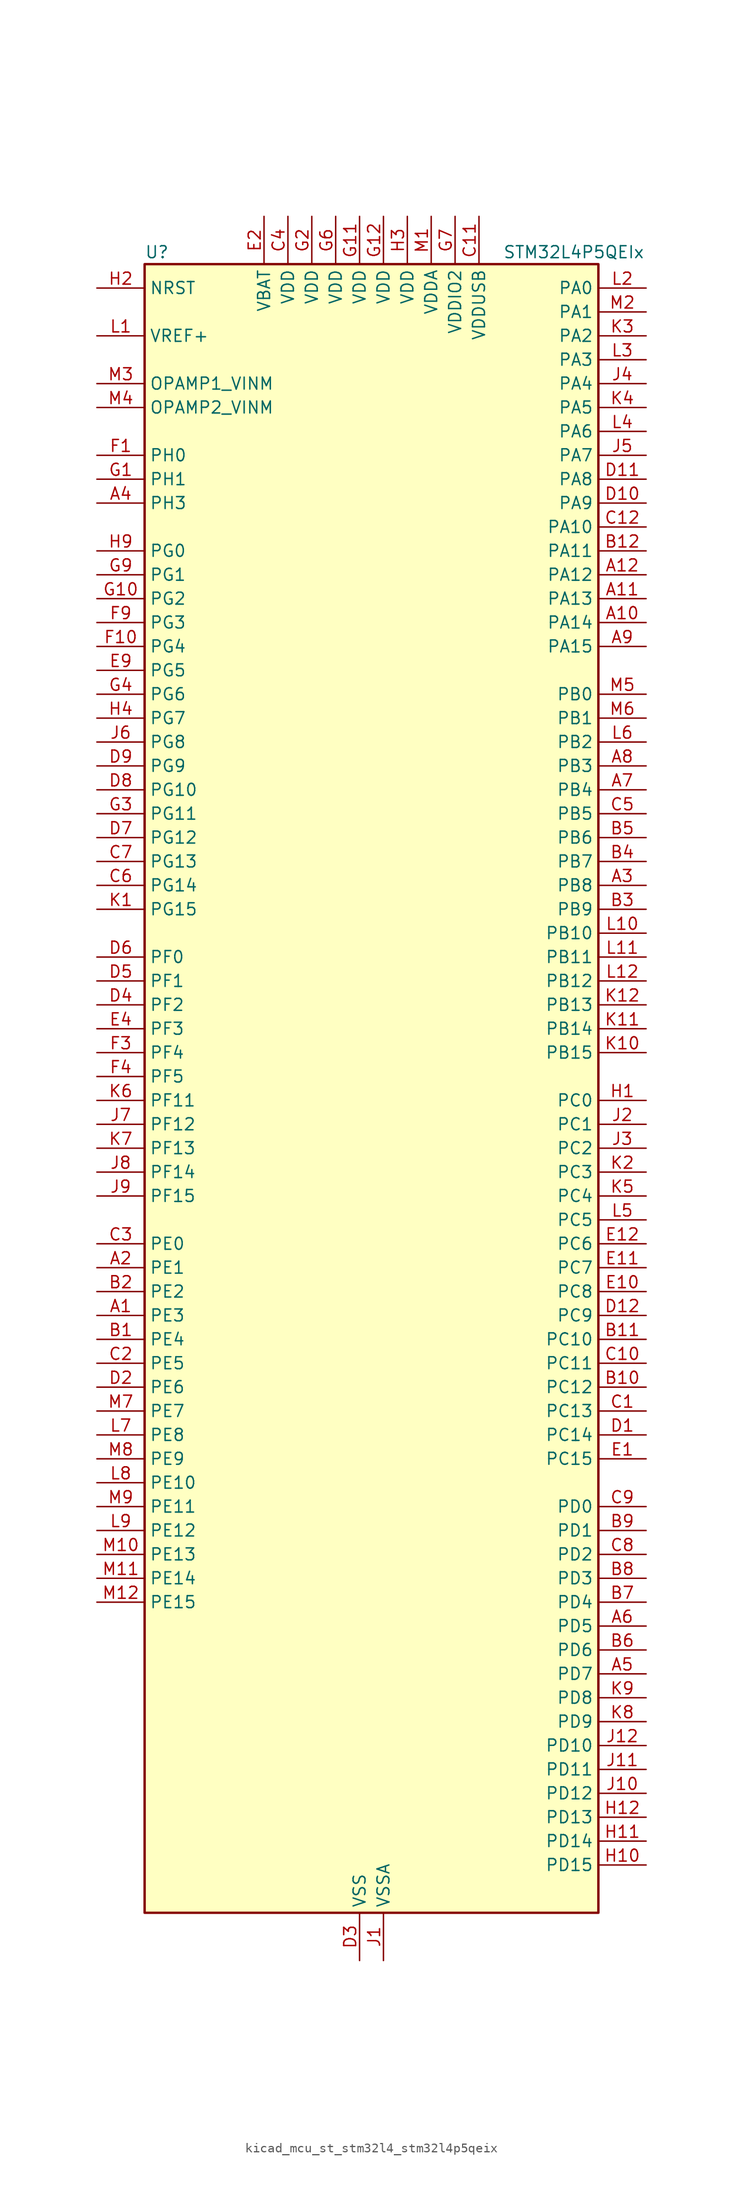
<source format=kicad_sym>
(kicad_symbol_lib
  (version 20220914)
  (generator kicad_symbol_editor)
  (symbol "kicad_mcu_st_stm32l4_stm32l4p5qeix"
    (property "Reference" "U"
      (at -22.86 90.17 0)
      (effects (font (size 1.27 1.27)) (justify left)))
    (property "Value" "STM32L4P5QEIx"
      (at 15.24 90.17 0)
      (effects (font (size 1.27 1.27)) (justify left)))
    (property "ki_locked" ""
      (at 0 0 0)
      (effects (font (size 1.27 1.27))))
    (symbol "kicad_mcu_st_stm32l4_stm32l4p5qeix_0_1"
      (rectangle (start -22.86 -86.36) (end 25.4 88.9) (stroke (width 0.254) (type default)) (fill (type background))))
    (symbol "kicad_mcu_st_stm32l4_stm32l4p5qeix_1_1"
      (pin bidirectional line (at -27.94 -22.86 0) (length 5.08) (name "PE3" (effects (font (size 1.27 1.27)))) (number "A1" (effects (font (size 1.27 1.27)))) (alternate "FMC_A19" bidirectional line) (alternate "LTDC_R6" bidirectional line) (alternate "OCTOSPIM_P1_DQS" bidirectional line) (alternate "SAI1_SD_B" bidirectional line) (alternate "SYS_TRACED0" bidirectional line) (alternate "TIM3_CH1" bidirectional line) (alternate "TSC_G7_IO2" bidirectional line))
      (pin bidirectional line (at 30.48 50.8 180) (length 5.08) (name "PA14" (effects (font (size 1.27 1.27)))) (number "A10" (effects (font (size 1.27 1.27)))) (alternate "I2C1_SMBA" bidirectional line) (alternate "I2C4_SMBA" bidirectional line) (alternate "LPTIM1_OUT" bidirectional line) (alternate "SAI1_FS_B" bidirectional line) (alternate "SYS_JTCK-SWCLK" bidirectional line) (alternate "USB_OTG_FS_SOF" bidirectional line))
      (pin bidirectional line (at 30.48 53.34 180) (length 5.08) (name "PA13" (effects (font (size 1.27 1.27)))) (number "A11" (effects (font (size 1.27 1.27)))) (alternate "IR_OUT" bidirectional line) (alternate "SAI1_SD_B" bidirectional line) (alternate "SYS_JTMS-SWDIO" bidirectional line) (alternate "USB_OTG_FS_NOE" bidirectional line))
      (pin bidirectional line (at 30.48 55.88 180) (length 5.08) (name "PA12" (effects (font (size 1.27 1.27)))) (number "A12" (effects (font (size 1.27 1.27)))) (alternate "CAN1_TX" bidirectional line) (alternate "LTDC_VSYNC" bidirectional line) (alternate "OCTOSPIM_P2_NCS" bidirectional line) (alternate "SPI1_MOSI" bidirectional line) (alternate "TIM1_ETR" bidirectional line) (alternate "USART1_DE" bidirectional line) (alternate "USART1_RTS" bidirectional line) (alternate "USB_OTG_FS_DP" bidirectional line))
      (pin bidirectional line (at -27.94 -17.78 0) (length 5.08) (name "PE1" (effects (font (size 1.27 1.27)))) (number "A2" (effects (font (size 1.27 1.27)))) (alternate "DCMI_D3" bidirectional line) (alternate "FMC_NBL1" bidirectional line) (alternate "LTDC_VSYNC" bidirectional line) (alternate "PSSI_D3" bidirectional line) (alternate "TIM17_CH1" bidirectional line))
      (pin bidirectional line (at 30.48 22.86 180) (length 5.08) (name "PB8" (effects (font (size 1.27 1.27)))) (number "A3" (effects (font (size 1.27 1.27)))) (alternate "CAN1_RX" bidirectional line) (alternate "DCMI_D6" bidirectional line) (alternate "DFSDM1_CKOUT" bidirectional line) (alternate "I2C1_SCL" bidirectional line) (alternate "LTDC_DE" bidirectional line) (alternate "PSSI_D6" bidirectional line) (alternate "SAI1_CK1" bidirectional line) (alternate "SAI1_MCLK_A" bidirectional line) (alternate "SDMMC1_CKIN" bidirectional line) (alternate "SDMMC1_D4" bidirectional line) (alternate "SDMMC2_D4" bidirectional line) (alternate "TIM16_CH1" bidirectional line) (alternate "TIM4_CH3" bidirectional line))
      (pin bidirectional line (at -27.94 63.5 0) (length 5.08) (name "PH3" (effects (font (size 1.27 1.27)))) (number "A4" (effects (font (size 1.27 1.27)))))
      (pin bidirectional line (at 30.48 -60.96 180) (length 5.08) (name "PD7" (effects (font (size 1.27 1.27)))) (number "A5" (effects (font (size 1.27 1.27)))) (alternate "DFSDM1_CKIN1" bidirectional line) (alternate "FMC_NCE" bidirectional line) (alternate "FMC_NE1" bidirectional line) (alternate "OCTOSPIM_P1_IO7" bidirectional line) (alternate "SDMMC2_CMD" bidirectional line) (alternate "USART2_CK" bidirectional line))
      (pin bidirectional line (at 30.48 -55.88 180) (length 5.08) (name "PD5" (effects (font (size 1.27 1.27)))) (number "A6" (effects (font (size 1.27 1.27)))) (alternate "FMC_NWE" bidirectional line) (alternate "OCTOSPIM_P1_IO5" bidirectional line) (alternate "USART2_TX" bidirectional line))
      (pin bidirectional line (at 30.48 33.02 180) (length 5.08) (name "PB4" (effects (font (size 1.27 1.27)))) (number "A7" (effects (font (size 1.27 1.27)))) (alternate "COMP2_INP" bidirectional line) (alternate "DCMI_D12" bidirectional line) (alternate "I2C3_SDA" bidirectional line) (alternate "OCTOSPIM_P1_IO5" bidirectional line) (alternate "PSSI_D12" bidirectional line) (alternate "SAI1_MCLK_B" bidirectional line) (alternate "SDMMC2_D3" bidirectional line) (alternate "SPI1_MISO" bidirectional line) (alternate "SPI3_MISO" bidirectional line) (alternate "SYS_JTRST" bidirectional line) (alternate "TIM17_BKIN" bidirectional line) (alternate "TIM3_CH1" bidirectional line) (alternate "TSC_G2_IO1" bidirectional line) (alternate "UART5_DE" bidirectional line) (alternate "UART5_RTS" bidirectional line) (alternate "USART1_CTS" bidirectional line) (alternate "USART1_NSS" bidirectional line))
      (pin bidirectional line (at 30.48 35.56 180) (length 5.08) (name "PB3" (effects (font (size 1.27 1.27)))) (number "A8" (effects (font (size 1.27 1.27)))) (alternate "COMP2_INM" bidirectional line) (alternate "CRS_SYNC" bidirectional line) (alternate "OCTOSPIM_P1_IO4" bidirectional line) (alternate "SAI1_SCK_B" bidirectional line) (alternate "SDMMC2_D2" bidirectional line) (alternate "SPI1_SCK" bidirectional line) (alternate "SPI3_SCK" bidirectional line) (alternate "SYS_JTDO-SWO" bidirectional line) (alternate "TIM2_CH2" bidirectional line) (alternate "USART1_DE" bidirectional line) (alternate "USART1_RTS" bidirectional line))
      (pin bidirectional line (at 30.48 48.26 180) (length 5.08) (name "PA15" (effects (font (size 1.27 1.27)))) (number "A9" (effects (font (size 1.27 1.27)))) (alternate "ADC1_EXTI15" bidirectional line) (alternate "ADC2_EXTI15" bidirectional line) (alternate "LTDC_HSYNC" bidirectional line) (alternate "SAI2_FS_B" bidirectional line) (alternate "SPI1_NSS" bidirectional line) (alternate "SPI3_NSS" bidirectional line) (alternate "SYS_JTDI" bidirectional line) (alternate "TIM2_CH1" bidirectional line) (alternate "TIM2_ETR" bidirectional line) (alternate "TSC_G3_IO1" bidirectional line) (alternate "UART4_DE" bidirectional line) (alternate "UART4_RTS" bidirectional line) (alternate "USART2_RX" bidirectional line) (alternate "USART3_DE" bidirectional line) (alternate "USART3_RTS" bidirectional line))
      (pin bidirectional line (at -27.94 -25.4 0) (length 5.08) (name "PE4" (effects (font (size 1.27 1.27)))) (number "B1" (effects (font (size 1.27 1.27)))) (alternate "DCMI_D4" bidirectional line) (alternate "DFSDM1_DATIN3" bidirectional line) (alternate "FMC_A20" bidirectional line) (alternate "LTDC_B7" bidirectional line) (alternate "PSSI_D4" bidirectional line) (alternate "SAI1_D2" bidirectional line) (alternate "SAI1_FS_A" bidirectional line) (alternate "SYS_TRACED1" bidirectional line) (alternate "TIM3_CH2" bidirectional line) (alternate "TSC_G7_IO3" bidirectional line))
      (pin bidirectional line (at 30.48 -30.48 180) (length 5.08) (name "PC12" (effects (font (size 1.27 1.27)))) (number "B10" (effects (font (size 1.27 1.27)))) (alternate "DCMI_D9" bidirectional line) (alternate "LTDC_R6" bidirectional line) (alternate "PSSI_D9" bidirectional line) (alternate "SAI2_SD_B" bidirectional line) (alternate "SDMMC1_CK" bidirectional line) (alternate "SPI3_MOSI" bidirectional line) (alternate "SYS_TRACED3" bidirectional line) (alternate "TSC_G3_IO4" bidirectional line) (alternate "UART5_TX" bidirectional line) (alternate "USART3_CK" bidirectional line))
      (pin bidirectional line (at 30.48 -25.4 180) (length 5.08) (name "PC10" (effects (font (size 1.27 1.27)))) (number "B11" (effects (font (size 1.27 1.27)))) (alternate "DCMI_D8" bidirectional line) (alternate "DCMI_VSYNC" bidirectional line) (alternate "PSSI_D8" bidirectional line) (alternate "PSSI_RDY" bidirectional line) (alternate "SAI2_SCK_B" bidirectional line) (alternate "SDMMC1_D2" bidirectional line) (alternate "SPI3_SCK" bidirectional line) (alternate "SYS_TRACED1" bidirectional line) (alternate "TSC_G3_IO2" bidirectional line) (alternate "UART4_TX" bidirectional line) (alternate "USART3_TX" bidirectional line))
      (pin bidirectional line (at 30.48 58.42 180) (length 5.08) (name "PA11" (effects (font (size 1.27 1.27)))) (number "B12" (effects (font (size 1.27 1.27)))) (alternate "ADC1_EXTI11" bidirectional line) (alternate "ADC2_EXTI11" bidirectional line) (alternate "CAN1_RX" bidirectional line) (alternate "LTDC_DE" bidirectional line) (alternate "SPI1_MISO" bidirectional line) (alternate "TIM1_BKIN2" bidirectional line) (alternate "TIM1_CH4" bidirectional line) (alternate "USART1_CTS" bidirectional line) (alternate "USART1_NSS" bidirectional line) (alternate "USB_OTG_FS_DM" bidirectional line))
      (pin bidirectional line (at -27.94 -20.32 0) (length 5.08) (name "PE2" (effects (font (size 1.27 1.27)))) (number "B2" (effects (font (size 1.27 1.27)))) (alternate "FMC_A23" bidirectional line) (alternate "LTDC_R7" bidirectional line) (alternate "SAI1_CK1" bidirectional line) (alternate "SAI1_MCLK_A" bidirectional line) (alternate "SYS_TRACECLK" bidirectional line) (alternate "TIM3_ETR" bidirectional line) (alternate "TSC_G7_IO1" bidirectional line))
      (pin bidirectional line (at 30.48 20.32 180) (length 5.08) (name "PB9" (effects (font (size 1.27 1.27)))) (number "B3" (effects (font (size 1.27 1.27)))) (alternate "CAN1_TX" bidirectional line) (alternate "DAC1_EXTI9" bidirectional line) (alternate "DCMI_D7" bidirectional line) (alternate "I2C1_SDA" bidirectional line) (alternate "IR_OUT" bidirectional line) (alternate "PSSI_D7" bidirectional line) (alternate "SAI1_D2" bidirectional line) (alternate "SAI1_FS_A" bidirectional line) (alternate "SDMMC1_CDIR" bidirectional line) (alternate "SDMMC1_D5" bidirectional line) (alternate "SDMMC2_D5" bidirectional line) (alternate "SPI2_NSS" bidirectional line) (alternate "TIM17_CH1" bidirectional line) (alternate "TIM4_CH4" bidirectional line))
      (pin bidirectional line (at 30.48 25.4 180) (length 5.08) (name "PB7" (effects (font (size 1.27 1.27)))) (number "B4" (effects (font (size 1.27 1.27)))) (alternate "COMP2_INM" bidirectional line) (alternate "DCMI_VSYNC" bidirectional line) (alternate "FMC_NL" bidirectional line) (alternate "I2C1_SDA" bidirectional line) (alternate "I2C4_SDA" bidirectional line) (alternate "LPTIM1_IN2" bidirectional line) (alternate "LTDC_VSYNC" bidirectional line) (alternate "PSSI_RDY" bidirectional line) (alternate "SYS_PVD_IN" bidirectional line) (alternate "TIM17_CH1N" bidirectional line) (alternate "TIM4_CH2" bidirectional line) (alternate "TIM8_BKIN" bidirectional line) (alternate "TSC_G2_IO4" bidirectional line) (alternate "UART4_CTS" bidirectional line) (alternate "USART1_RX" bidirectional line))
      (pin bidirectional line (at 30.48 27.94 180) (length 5.08) (name "PB6" (effects (font (size 1.27 1.27)))) (number "B5" (effects (font (size 1.27 1.27)))) (alternate "COMP2_INP" bidirectional line) (alternate "DCMI_D5" bidirectional line) (alternate "I2C1_SCL" bidirectional line) (alternate "I2C4_SCL" bidirectional line) (alternate "LPTIM1_ETR" bidirectional line) (alternate "LTDC_R6" bidirectional line) (alternate "PSSI_D5" bidirectional line) (alternate "SAI1_FS_B" bidirectional line) (alternate "TIM16_CH1N" bidirectional line) (alternate "TIM4_CH1" bidirectional line) (alternate "TIM8_BKIN2" bidirectional line) (alternate "TSC_G2_IO3" bidirectional line) (alternate "USART1_TX" bidirectional line))
      (pin bidirectional line (at 30.48 -58.42 180) (length 5.08) (name "PD6" (effects (font (size 1.27 1.27)))) (number "B6" (effects (font (size 1.27 1.27)))) (alternate "DCMI_D10" bidirectional line) (alternate "DFSDM1_DATIN1" bidirectional line) (alternate "FMC_NWAIT" bidirectional line) (alternate "LTDC_DE" bidirectional line) (alternate "OCTOSPIM_P1_IO6" bidirectional line) (alternate "PSSI_D10" bidirectional line) (alternate "SAI1_D1" bidirectional line) (alternate "SAI1_SD_A" bidirectional line) (alternate "SDMMC2_CK" bidirectional line) (alternate "SPI3_MOSI" bidirectional line) (alternate "USART2_RX" bidirectional line))
      (pin bidirectional line (at 30.48 -53.34 180) (length 5.08) (name "PD4" (effects (font (size 1.27 1.27)))) (number "B7" (effects (font (size 1.27 1.27)))) (alternate "DFSDM1_CKIN0" bidirectional line) (alternate "FMC_NOE" bidirectional line) (alternate "OCTOSPIM_P1_IO4" bidirectional line) (alternate "SDMMC2_CKIN" bidirectional line) (alternate "SPI2_MOSI" bidirectional line) (alternate "USART2_DE" bidirectional line) (alternate "USART2_RTS" bidirectional line))
      (pin bidirectional line (at 30.48 -50.8 180) (length 5.08) (name "PD3" (effects (font (size 1.27 1.27)))) (number "B8" (effects (font (size 1.27 1.27)))) (alternate "DCMI_D5" bidirectional line) (alternate "DFSDM1_DATIN0" bidirectional line) (alternate "FMC_CLK" bidirectional line) (alternate "LTDC_CLK" bidirectional line) (alternate "OCTOSPIM_P2_NCS" bidirectional line) (alternate "PSSI_D5" bidirectional line) (alternate "SPI2_MISO" bidirectional line) (alternate "SPI2_SCK" bidirectional line) (alternate "USART2_CTS" bidirectional line) (alternate "USART2_NSS" bidirectional line))
      (pin bidirectional line (at 30.48 -45.72 180) (length 5.08) (name "PD1" (effects (font (size 1.27 1.27)))) (number "B9" (effects (font (size 1.27 1.27)))) (alternate "CAN1_TX" bidirectional line) (alternate "FMC_D3" bidirectional line) (alternate "FMC_DA3" bidirectional line) (alternate "LTDC_B5" bidirectional line) (alternate "SPI2_SCK" bidirectional line))
      (pin bidirectional line (at 30.48 -33.02 180) (length 5.08) (name "PC13" (effects (font (size 1.27 1.27)))) (number "C1" (effects (font (size 1.27 1.27)))) (alternate "RTC_OUT1" bidirectional line) (alternate "RTC_TAMP1" bidirectional line) (alternate "RTC_TS" bidirectional line) (alternate "SYS_WKUP2" bidirectional line))
      (pin bidirectional line (at 30.48 -27.94 180) (length 5.08) (name "PC11" (effects (font (size 1.27 1.27)))) (number "C10" (effects (font (size 1.27 1.27)))) (alternate "ADC1_EXTI11" bidirectional line) (alternate "ADC2_EXTI11" bidirectional line) (alternate "DCMI_D2" bidirectional line) (alternate "DCMI_D4" bidirectional line) (alternate "OCTOSPIM_P1_NCS" bidirectional line) (alternate "PSSI_D2" bidirectional line) (alternate "PSSI_D4" bidirectional line) (alternate "SAI2_MCLK_B" bidirectional line) (alternate "SDMMC1_D3" bidirectional line) (alternate "SPI3_MISO" bidirectional line) (alternate "TSC_G3_IO3" bidirectional line) (alternate "UART4_RX" bidirectional line) (alternate "USART3_RX" bidirectional line))
      (pin power_in line (at 12.7 93.98 270) (length 5.08) (name "VDDUSB" (effects (font (size 1.27 1.27)))) (number "C11" (effects (font (size 1.27 1.27)))))
      (pin bidirectional line (at 30.48 60.96 180) (length 5.08) (name "PA10" (effects (font (size 1.27 1.27)))) (number "C12" (effects (font (size 1.27 1.27)))) (alternate "DCMI_D1" bidirectional line) (alternate "LTDC_G6" bidirectional line) (alternate "PSSI_D1" bidirectional line) (alternate "SAI1_D1" bidirectional line) (alternate "SAI1_SD_A" bidirectional line) (alternate "TIM17_BKIN" bidirectional line) (alternate "TIM1_CH3" bidirectional line) (alternate "USART1_RX" bidirectional line) (alternate "USB_OTG_FS_ID" bidirectional line))
      (pin bidirectional line (at -27.94 -27.94 0) (length 5.08) (name "PE5" (effects (font (size 1.27 1.27)))) (number "C2" (effects (font (size 1.27 1.27)))) (alternate "DCMI_D6" bidirectional line) (alternate "DFSDM1_CKIN3" bidirectional line) (alternate "FMC_A21" bidirectional line) (alternate "LTDC_G7" bidirectional line) (alternate "PSSI_D6" bidirectional line) (alternate "SAI1_CK2" bidirectional line) (alternate "SAI1_SCK_A" bidirectional line) (alternate "SYS_TRACED2" bidirectional line) (alternate "TIM3_CH3" bidirectional line) (alternate "TSC_G7_IO4" bidirectional line))
      (pin bidirectional line (at -27.94 -15.24 0) (length 5.08) (name "PE0" (effects (font (size 1.27 1.27)))) (number "C3" (effects (font (size 1.27 1.27)))) (alternate "DCMI_D2" bidirectional line) (alternate "FMC_NBL0" bidirectional line) (alternate "LTDC_HSYNC" bidirectional line) (alternate "PSSI_D2" bidirectional line) (alternate "TIM16_CH1" bidirectional line) (alternate "TIM4_ETR" bidirectional line))
      (pin power_in line (at -7.62 93.98 270) (length 5.08) (name "VDD" (effects (font (size 1.27 1.27)))) (number "C4" (effects (font (size 1.27 1.27)))))
      (pin bidirectional line (at 30.48 30.48 180) (length 5.08) (name "PB5" (effects (font (size 1.27 1.27)))) (number "C5" (effects (font (size 1.27 1.27)))) (alternate "COMP2_OUT" bidirectional line) (alternate "DCMI_D10" bidirectional line) (alternate "I2C1_SMBA" bidirectional line) (alternate "LPTIM1_IN1" bidirectional line) (alternate "OCTOSPIM_P1_IO0" bidirectional line) (alternate "PSSI_D10" bidirectional line) (alternate "SAI1_SD_B" bidirectional line) (alternate "SPI1_MOSI" bidirectional line) (alternate "SPI3_MOSI" bidirectional line) (alternate "TIM16_BKIN" bidirectional line) (alternate "TIM3_CH2" bidirectional line) (alternate "TSC_G2_IO2" bidirectional line) (alternate "UART5_CTS" bidirectional line) (alternate "USART1_CK" bidirectional line))
      (pin bidirectional line (at -27.94 22.86 0) (length 5.08) (name "PG14" (effects (font (size 1.27 1.27)))) (number "C6" (effects (font (size 1.27 1.27)))) (alternate "FMC_A25" bidirectional line) (alternate "I2C1_SCL" bidirectional line) (alternate "LTDC_R1" bidirectional line))
      (pin bidirectional line (at -27.94 25.4 0) (length 5.08) (name "PG13" (effects (font (size 1.27 1.27)))) (number "C7" (effects (font (size 1.27 1.27)))) (alternate "FMC_A24" bidirectional line) (alternate "I2C1_SDA" bidirectional line) (alternate "LTDC_R0" bidirectional line) (alternate "USART1_CK" bidirectional line))
      (pin bidirectional line (at 30.48 -48.26 180) (length 5.08) (name "PD2" (effects (font (size 1.27 1.27)))) (number "C8" (effects (font (size 1.27 1.27)))) (alternate "DCMI_D11" bidirectional line) (alternate "PSSI_D11" bidirectional line) (alternate "SDMMC1_CMD" bidirectional line) (alternate "SYS_TRACED2" bidirectional line) (alternate "TIM3_ETR" bidirectional line) (alternate "TSC_SYNC" bidirectional line) (alternate "UART5_RX" bidirectional line) (alternate "USART3_DE" bidirectional line) (alternate "USART3_RTS" bidirectional line))
      (pin bidirectional line (at 30.48 -43.18 180) (length 5.08) (name "PD0" (effects (font (size 1.27 1.27)))) (number "C9" (effects (font (size 1.27 1.27)))) (alternate "CAN1_RX" bidirectional line) (alternate "FMC_D2" bidirectional line) (alternate "FMC_DA2" bidirectional line) (alternate "LTDC_B4" bidirectional line) (alternate "SPI2_NSS" bidirectional line))
      (pin bidirectional line (at 30.48 -35.56 180) (length 5.08) (name "PC14" (effects (font (size 1.27 1.27)))) (number "D1" (effects (font (size 1.27 1.27)))) (alternate "RCC_OSC32_IN" bidirectional line))
      (pin bidirectional line (at 30.48 63.5 180) (length 5.08) (name "PA9" (effects (font (size 1.27 1.27)))) (number "D10" (effects (font (size 1.27 1.27)))) (alternate "DAC1_EXTI9" bidirectional line) (alternate "DCMI_D0" bidirectional line) (alternate "LTDC_G7" bidirectional line) (alternate "PSSI_D0" bidirectional line) (alternate "SAI1_FS_A" bidirectional line) (alternate "SPI2_SCK" bidirectional line) (alternate "TIM15_BKIN" bidirectional line) (alternate "TIM1_CH2" bidirectional line) (alternate "USART1_TX" bidirectional line) (alternate "USB_OTG_FS_VBUS" bidirectional line))
      (pin bidirectional line (at 30.48 66.04 180) (length 5.08) (name "PA8" (effects (font (size 1.27 1.27)))) (number "D11" (effects (font (size 1.27 1.27)))) (alternate "LPTIM2_OUT" bidirectional line) (alternate "LTDC_B7" bidirectional line) (alternate "RCC_MCO" bidirectional line) (alternate "SAI1_CK2" bidirectional line) (alternate "SAI1_SCK_A" bidirectional line) (alternate "TIM1_CH1" bidirectional line) (alternate "USART1_CK" bidirectional line) (alternate "USB_OTG_FS_SOF" bidirectional line))
      (pin bidirectional line (at 30.48 -22.86 180) (length 5.08) (name "PC9" (effects (font (size 1.27 1.27)))) (number "D12" (effects (font (size 1.27 1.27)))) (alternate "DAC1_EXTI9" bidirectional line) (alternate "DCMI_D3" bidirectional line) (alternate "I2C3_SDA" bidirectional line) (alternate "PSSI_D3" bidirectional line) (alternate "SAI2_EXTCLK" bidirectional line) (alternate "SDMMC1_D1" bidirectional line) (alternate "SYS_TRACED0" bidirectional line) (alternate "TIM3_CH4" bidirectional line) (alternate "TIM8_BKIN2" bidirectional line) (alternate "TIM8_CH4" bidirectional line) (alternate "TSC_G4_IO4" bidirectional line) (alternate "USB_OTG_FS_NOE" bidirectional line))
      (pin bidirectional line (at -27.94 -30.48 0) (length 5.08) (name "PE6" (effects (font (size 1.27 1.27)))) (number "D2" (effects (font (size 1.27 1.27)))) (alternate "DCMI_D7" bidirectional line) (alternate "FMC_A22" bidirectional line) (alternate "LTDC_G6" bidirectional line) (alternate "PSSI_D7" bidirectional line) (alternate "RTC_TAMP3" bidirectional line) (alternate "SAI1_D1" bidirectional line) (alternate "SAI1_SD_A" bidirectional line) (alternate "SYS_TRACED3" bidirectional line) (alternate "SYS_WKUP3" bidirectional line) (alternate "TIM3_CH4" bidirectional line))
      (pin power_in line (at 0 -91.44 90) (length 5.08) (name "VSS" (effects (font (size 1.27 1.27)))) (number "D3" (effects (font (size 1.27 1.27)))))
      (pin bidirectional line (at -27.94 10.16 0) (length 5.08) (name "PF2" (effects (font (size 1.27 1.27)))) (number "D4" (effects (font (size 1.27 1.27)))) (alternate "FMC_A2" bidirectional line) (alternate "I2C2_SMBA" bidirectional line) (alternate "OCTOSPIM_P2_IO2" bidirectional line))
      (pin bidirectional line (at -27.94 12.7 0) (length 5.08) (name "PF1" (effects (font (size 1.27 1.27)))) (number "D5" (effects (font (size 1.27 1.27)))) (alternate "FMC_A1" bidirectional line) (alternate "I2C2_SCL" bidirectional line) (alternate "OCTOSPIM_P2_IO1" bidirectional line))
      (pin bidirectional line (at -27.94 15.24 0) (length 5.08) (name "PF0" (effects (font (size 1.27 1.27)))) (number "D6" (effects (font (size 1.27 1.27)))) (alternate "FMC_A0" bidirectional line) (alternate "I2C2_SDA" bidirectional line) (alternate "OCTOSPIM_P2_IO0" bidirectional line))
      (pin bidirectional line (at -27.94 27.94 0) (length 5.08) (name "PG12" (effects (font (size 1.27 1.27)))) (number "D7" (effects (font (size 1.27 1.27)))) (alternate "FMC_NE4" bidirectional line) (alternate "LPTIM1_ETR" bidirectional line) (alternate "OCTOSPIM_P2_NCS" bidirectional line) (alternate "SAI2_SD_A" bidirectional line) (alternate "SDMMC2_D3" bidirectional line) (alternate "SPI3_NSS" bidirectional line) (alternate "USART1_DE" bidirectional line) (alternate "USART1_RTS" bidirectional line))
      (pin bidirectional line (at -27.94 33.02 0) (length 5.08) (name "PG10" (effects (font (size 1.27 1.27)))) (number "D8" (effects (font (size 1.27 1.27)))) (alternate "FMC_NE3" bidirectional line) (alternate "LPTIM1_IN1" bidirectional line) (alternate "OCTOSPIM_P2_IO7" bidirectional line) (alternate "SAI2_FS_A" bidirectional line) (alternate "SDMMC2_D1" bidirectional line) (alternate "SPI3_MISO" bidirectional line) (alternate "TIM15_CH1" bidirectional line) (alternate "USART1_RX" bidirectional line))
      (pin bidirectional line (at -27.94 35.56 0) (length 5.08) (name "PG9" (effects (font (size 1.27 1.27)))) (number "D9" (effects (font (size 1.27 1.27)))) (alternate "DAC1_EXTI9" bidirectional line) (alternate "FMC_NCE" bidirectional line) (alternate "FMC_NE2" bidirectional line) (alternate "OCTOSPIM_P2_IO6" bidirectional line) (alternate "SAI2_SCK_A" bidirectional line) (alternate "SDMMC2_D0" bidirectional line) (alternate "SPI3_SCK" bidirectional line) (alternate "TIM15_CH1N" bidirectional line) (alternate "USART1_TX" bidirectional line))
      (pin bidirectional line (at 30.48 -38.1 180) (length 5.08) (name "PC15" (effects (font (size 1.27 1.27)))) (number "E1" (effects (font (size 1.27 1.27)))) (alternate "ADC1_EXTI15" bidirectional line) (alternate "ADC2_EXTI15" bidirectional line) (alternate "RCC_OSC32_OUT" bidirectional line))
      (pin bidirectional line (at 30.48 -20.32 180) (length 5.08) (name "PC8" (effects (font (size 1.27 1.27)))) (number "E10" (effects (font (size 1.27 1.27)))) (alternate "DCMI_D2" bidirectional line) (alternate "PSSI_D2" bidirectional line) (alternate "SDMMC1_D0" bidirectional line) (alternate "TIM3_CH3" bidirectional line) (alternate "TIM8_CH3" bidirectional line) (alternate "TSC_G4_IO3" bidirectional line))
      (pin bidirectional line (at 30.48 -17.78 180) (length 5.08) (name "PC7" (effects (font (size 1.27 1.27)))) (number "E11" (effects (font (size 1.27 1.27)))) (alternate "DCMI_D1" bidirectional line) (alternate "DFSDM1_DATIN3" bidirectional line) (alternate "LTDC_B6" bidirectional line) (alternate "PSSI_D1" bidirectional line) (alternate "SAI2_MCLK_B" bidirectional line) (alternate "SDMMC1_D123DIR" bidirectional line) (alternate "SDMMC1_D7" bidirectional line) (alternate "SDMMC2_D7" bidirectional line) (alternate "TIM3_CH2" bidirectional line) (alternate "TIM8_CH2" bidirectional line) (alternate "TSC_G4_IO2" bidirectional line))
      (pin bidirectional line (at 30.48 -15.24 180) (length 5.08) (name "PC6" (effects (font (size 1.27 1.27)))) (number "E12" (effects (font (size 1.27 1.27)))) (alternate "DCMI_D0" bidirectional line) (alternate "DFSDM1_CKIN3" bidirectional line) (alternate "LTDC_G7" bidirectional line) (alternate "PSSI_D0" bidirectional line) (alternate "SAI2_MCLK_A" bidirectional line) (alternate "SDMMC1_D0DIR" bidirectional line) (alternate "SDMMC1_D6" bidirectional line) (alternate "SDMMC2_D6" bidirectional line) (alternate "TIM3_CH1" bidirectional line) (alternate "TIM8_CH1" bidirectional line) (alternate "TSC_G4_IO1" bidirectional line))
      (pin power_in line (at -10.16 93.98 270) (length 5.08) (name "VBAT" (effects (font (size 1.27 1.27)))) (number "E2" (effects (font (size 1.27 1.27)))))
      (pin passive line (at 0 -91.44 90) (length 5.08) hide (name "VSS" (effects (font (size 1.27 1.27)))) (number "E3" (effects (font (size 1.27 1.27)))))
      (pin bidirectional line (at -27.94 7.62 0) (length 5.08) (name "PF3" (effects (font (size 1.27 1.27)))) (number "E4" (effects (font (size 1.27 1.27)))) (alternate "FMC_A3" bidirectional line) (alternate "OCTOSPIM_P2_IO3" bidirectional line))
      (pin bidirectional line (at -27.94 45.72 0) (length 5.08) (name "PG5" (effects (font (size 1.27 1.27)))) (number "E9" (effects (font (size 1.27 1.27)))) (alternate "FMC_A15" bidirectional line) (alternate "LPUART1_CTS" bidirectional line) (alternate "SAI2_SD_B" bidirectional line) (alternate "SDMMC2_D7" bidirectional line) (alternate "SPI1_NSS" bidirectional line))
      (pin bidirectional line (at -27.94 68.58 0) (length 5.08) (name "PH0" (effects (font (size 1.27 1.27)))) (number "F1" (effects (font (size 1.27 1.27)))) (alternate "RCC_OSC_IN" bidirectional line))
      (pin bidirectional line (at -27.94 48.26 0) (length 5.08) (name "PG4" (effects (font (size 1.27 1.27)))) (number "F10" (effects (font (size 1.27 1.27)))) (alternate "FMC_A14" bidirectional line) (alternate "SAI2_MCLK_B" bidirectional line) (alternate "SDMMC2_D6" bidirectional line) (alternate "SPI1_MOSI" bidirectional line))
      (pin passive line (at 0 -91.44 90) (length 5.08) hide (name "VSS" (effects (font (size 1.27 1.27)))) (number "F11" (effects (font (size 1.27 1.27)))))
      (pin passive line (at 0 -91.44 90) (length 5.08) hide (name "VSS" (effects (font (size 1.27 1.27)))) (number "F12" (effects (font (size 1.27 1.27)))))
      (pin passive line (at 0 -91.44 90) (length 5.08) hide (name "VSS" (effects (font (size 1.27 1.27)))) (number "F2" (effects (font (size 1.27 1.27)))))
      (pin bidirectional line (at -27.94 5.08 0) (length 5.08) (name "PF4" (effects (font (size 1.27 1.27)))) (number "F3" (effects (font (size 1.27 1.27)))) (alternate "FMC_A4" bidirectional line) (alternate "OCTOSPIM_P2_CLK" bidirectional line))
      (pin bidirectional line (at -27.94 2.54 0) (length 5.08) (name "PF5" (effects (font (size 1.27 1.27)))) (number "F4" (effects (font (size 1.27 1.27)))) (alternate "FMC_A5" bidirectional line) (alternate "OCTOSPIM_P2_NCLK" bidirectional line))
      (pin passive line (at 0 -91.44 90) (length 5.08) hide (name "VSS" (effects (font (size 1.27 1.27)))) (number "F6" (effects (font (size 1.27 1.27)))))
      (pin passive line (at 0 -91.44 90) (length 5.08) hide (name "VSS" (effects (font (size 1.27 1.27)))) (number "F7" (effects (font (size 1.27 1.27)))))
      (pin bidirectional line (at -27.94 50.8 0) (length 5.08) (name "PG3" (effects (font (size 1.27 1.27)))) (number "F9" (effects (font (size 1.27 1.27)))) (alternate "FMC_A13" bidirectional line) (alternate "SAI2_FS_B" bidirectional line) (alternate "SDMMC2_D5" bidirectional line) (alternate "SPI1_MISO" bidirectional line))
      (pin bidirectional line (at -27.94 66.04 0) (length 5.08) (name "PH1" (effects (font (size 1.27 1.27)))) (number "G1" (effects (font (size 1.27 1.27)))) (alternate "RCC_OSC_OUT" bidirectional line))
      (pin bidirectional line (at -27.94 53.34 0) (length 5.08) (name "PG2" (effects (font (size 1.27 1.27)))) (number "G10" (effects (font (size 1.27 1.27)))) (alternate "FMC_A12" bidirectional line) (alternate "SAI2_SCK_B" bidirectional line) (alternate "SDMMC2_D4" bidirectional line) (alternate "SPI1_SCK" bidirectional line))
      (pin power_in line (at 0 93.98 270) (length 5.08) (name "VDD" (effects (font (size 1.27 1.27)))) (number "G11" (effects (font (size 1.27 1.27)))))
      (pin power_in line (at 2.54 93.98 270) (length 5.08) (name "VDD" (effects (font (size 1.27 1.27)))) (number "G12" (effects (font (size 1.27 1.27)))))
      (pin power_in line (at -5.08 93.98 270) (length 5.08) (name "VDD" (effects (font (size 1.27 1.27)))) (number "G2" (effects (font (size 1.27 1.27)))))
      (pin bidirectional line (at -27.94 30.48 0) (length 5.08) (name "PG11" (effects (font (size 1.27 1.27)))) (number "G3" (effects (font (size 1.27 1.27)))) (alternate "ADC1_EXTI11" bidirectional line) (alternate "ADC2_EXTI11" bidirectional line) (alternate "LPTIM1_IN2" bidirectional line) (alternate "OCTOSPIM_P1_IO5" bidirectional line) (alternate "SAI2_MCLK_A" bidirectional line) (alternate "SDMMC2_D2" bidirectional line) (alternate "SPI3_MOSI" bidirectional line) (alternate "TIM15_CH2" bidirectional line) (alternate "USART1_CTS" bidirectional line) (alternate "USART1_NSS" bidirectional line))
      (pin bidirectional line (at -27.94 43.18 0) (length 5.08) (name "PG6" (effects (font (size 1.27 1.27)))) (number "G4" (effects (font (size 1.27 1.27)))) (alternate "I2C3_SMBA" bidirectional line) (alternate "LPUART1_DE" bidirectional line) (alternate "LPUART1_RTS" bidirectional line) (alternate "LTDC_R1" bidirectional line) (alternate "OCTOSPIM_P1_DQS" bidirectional line))
      (pin power_in line (at -2.54 93.98 270) (length 5.08) (name "VDD" (effects (font (size 1.27 1.27)))) (number "G6" (effects (font (size 1.27 1.27)))))
      (pin power_in line (at 10.16 93.98 270) (length 5.08) (name "VDDIO2" (effects (font (size 1.27 1.27)))) (number "G7" (effects (font (size 1.27 1.27)))))
      (pin bidirectional line (at -27.94 55.88 0) (length 5.08) (name "PG1" (effects (font (size 1.27 1.27)))) (number "G9" (effects (font (size 1.27 1.27)))) (alternate "FMC_A11" bidirectional line) (alternate "OCTOSPIM_P2_IO5" bidirectional line) (alternate "TSC_G8_IO4" bidirectional line))
      (pin bidirectional line (at 30.48 0 180) (length 5.08) (name "PC0" (effects (font (size 1.27 1.27)))) (number "H1" (effects (font (size 1.27 1.27)))) (alternate "ADC1_IN1" bidirectional line) (alternate "ADC2_IN1" bidirectional line) (alternate "I2C3_SCL" bidirectional line) (alternate "LPTIM1_IN1" bidirectional line) (alternate "LPTIM2_IN1" bidirectional line) (alternate "LPUART1_RX" bidirectional line) (alternate "LTDC_DE" bidirectional line) (alternate "SAI2_FS_A" bidirectional line) (alternate "SDMMC1_CMD" bidirectional line) (alternate "SDMMC2_CKIN" bidirectional line))
      (pin bidirectional line (at 30.48 -81.28 180) (length 5.08) (name "PD15" (effects (font (size 1.27 1.27)))) (number "H10" (effects (font (size 1.27 1.27)))) (alternate "ADC1_EXTI15" bidirectional line) (alternate "ADC2_EXTI15" bidirectional line) (alternate "FMC_D1" bidirectional line) (alternate "FMC_DA1" bidirectional line) (alternate "LTDC_B3" bidirectional line) (alternate "TIM4_CH4" bidirectional line))
      (pin bidirectional line (at 30.48 -78.74 180) (length 5.08) (name "PD14" (effects (font (size 1.27 1.27)))) (number "H11" (effects (font (size 1.27 1.27)))) (alternate "FMC_D0" bidirectional line) (alternate "FMC_DA0" bidirectional line) (alternate "LTDC_B2" bidirectional line) (alternate "TIM4_CH3" bidirectional line))
      (pin bidirectional line (at 30.48 -76.2 180) (length 5.08) (name "PD13" (effects (font (size 1.27 1.27)))) (number "H12" (effects (font (size 1.27 1.27)))) (alternate "FMC_A18" bidirectional line) (alternate "I2C4_SDA" bidirectional line) (alternate "LPTIM2_OUT" bidirectional line) (alternate "TIM4_CH2" bidirectional line) (alternate "TSC_G6_IO4" bidirectional line))
      (pin input line (at -27.94 86.36 0) (length 5.08) (name "NRST" (effects (font (size 1.27 1.27)))) (number "H2" (effects (font (size 1.27 1.27)))))
      (pin power_in line (at 5.08 93.98 270) (length 5.08) (name "VDD" (effects (font (size 1.27 1.27)))) (number "H3" (effects (font (size 1.27 1.27)))))
      (pin bidirectional line (at -27.94 40.64 0) (length 5.08) (name "PG7" (effects (font (size 1.27 1.27)))) (number "H4" (effects (font (size 1.27 1.27)))) (alternate "DFSDM1_CKOUT" bidirectional line) (alternate "FMC_INT" bidirectional line) (alternate "I2C3_SCL" bidirectional line) (alternate "LPUART1_TX" bidirectional line) (alternate "OCTOSPIM_P2_DQS" bidirectional line) (alternate "SAI1_CK1" bidirectional line) (alternate "SAI1_MCLK_A" bidirectional line))
      (pin bidirectional line (at -27.94 58.42 0) (length 5.08) (name "PG0" (effects (font (size 1.27 1.27)))) (number "H9" (effects (font (size 1.27 1.27)))) (alternate "FMC_A10" bidirectional line) (alternate "OCTOSPIM_P2_IO4" bidirectional line) (alternate "TSC_G8_IO3" bidirectional line))
      (pin power_in line (at 2.54 -91.44 90) (length 5.08) (name "VSSA" (effects (font (size 1.27 1.27)))) (number "J1" (effects (font (size 1.27 1.27)))))
      (pin bidirectional line (at 30.48 -73.66 180) (length 5.08) (name "PD12" (effects (font (size 1.27 1.27)))) (number "J10" (effects (font (size 1.27 1.27)))) (alternate "FMC_A17" bidirectional line) (alternate "FMC_ALE" bidirectional line) (alternate "I2C4_SCL" bidirectional line) (alternate "LPTIM2_IN1" bidirectional line) (alternate "LTDC_R7" bidirectional line) (alternate "SAI2_FS_A" bidirectional line) (alternate "TIM4_CH1" bidirectional line) (alternate "TSC_G6_IO3" bidirectional line) (alternate "USART3_DE" bidirectional line) (alternate "USART3_RTS" bidirectional line))
      (pin bidirectional line (at 30.48 -71.12 180) (length 5.08) (name "PD11" (effects (font (size 1.27 1.27)))) (number "J11" (effects (font (size 1.27 1.27)))) (alternate "ADC1_EXTI11" bidirectional line) (alternate "ADC2_EXTI11" bidirectional line) (alternate "FMC_A16" bidirectional line) (alternate "FMC_CLE" bidirectional line) (alternate "I2C4_SMBA" bidirectional line) (alternate "LPTIM2_ETR" bidirectional line) (alternate "LTDC_R6" bidirectional line) (alternate "SAI2_SD_A" bidirectional line) (alternate "TSC_G6_IO2" bidirectional line) (alternate "USART3_CTS" bidirectional line) (alternate "USART3_NSS" bidirectional line))
      (pin bidirectional line (at 30.48 -68.58 180) (length 5.08) (name "PD10" (effects (font (size 1.27 1.27)))) (number "J12" (effects (font (size 1.27 1.27)))) (alternate "FMC_D15" bidirectional line) (alternate "FMC_DA15" bidirectional line) (alternate "LTDC_R5" bidirectional line) (alternate "SAI2_SCK_A" bidirectional line) (alternate "TSC_G6_IO1" bidirectional line) (alternate "USART3_CK" bidirectional line))
      (pin bidirectional line (at 30.48 -2.54 180) (length 5.08) (name "PC1" (effects (font (size 1.27 1.27)))) (number "J2" (effects (font (size 1.27 1.27)))) (alternate "ADC1_IN2" bidirectional line) (alternate "ADC2_IN2" bidirectional line) (alternate "I2C3_SDA" bidirectional line) (alternate "LPTIM1_OUT" bidirectional line) (alternate "LPUART1_TX" bidirectional line) (alternate "OCTOSPIM_P1_IO4" bidirectional line) (alternate "SAI1_SD_A" bidirectional line) (alternate "SPI2_MOSI" bidirectional line) (alternate "SYS_TRACED0" bidirectional line))
      (pin bidirectional line (at 30.48 -5.08 180) (length 5.08) (name "PC2" (effects (font (size 1.27 1.27)))) (number "J3" (effects (font (size 1.27 1.27)))) (alternate "ADC1_IN3" bidirectional line) (alternate "ADC2_IN3" bidirectional line) (alternate "DFSDM1_CKOUT" bidirectional line) (alternate "LPTIM1_IN2" bidirectional line) (alternate "LTDC_HSYNC" bidirectional line) (alternate "OCTOSPIM_P1_IO5" bidirectional line) (alternate "SPI2_MISO" bidirectional line))
      (pin bidirectional line (at 30.48 76.2 180) (length 5.08) (name "PA4" (effects (font (size 1.27 1.27)))) (number "J4" (effects (font (size 1.27 1.27)))) (alternate "ADC1_IN9" bidirectional line) (alternate "ADC2_IN9" bidirectional line) (alternate "DAC1_OUT1" bidirectional line) (alternate "DCMI_HSYNC" bidirectional line) (alternate "LPTIM2_OUT" bidirectional line) (alternate "LTDC_CLK" bidirectional line) (alternate "OCTOSPIM_P1_NCS" bidirectional line) (alternate "PSSI_DE" bidirectional line) (alternate "SAI1_FS_B" bidirectional line) (alternate "SPI1_NSS" bidirectional line) (alternate "SPI3_NSS" bidirectional line) (alternate "USART2_CK" bidirectional line))
      (pin bidirectional line (at 30.48 68.58 180) (length 5.08) (name "PA7" (effects (font (size 1.27 1.27)))) (number "J5" (effects (font (size 1.27 1.27)))) (alternate "ADC1_IN12" bidirectional line) (alternate "ADC2_IN12" bidirectional line) (alternate "I2C3_SCL" bidirectional line) (alternate "OCTOSPIM_P1_IO2" bidirectional line) (alternate "OPAMP2_VINM" bidirectional line) (alternate "SPI1_MOSI" bidirectional line) (alternate "TIM17_CH1" bidirectional line) (alternate "TIM1_CH1N" bidirectional line) (alternate "TIM3_CH2" bidirectional line) (alternate "TIM8_CH1N" bidirectional line))
      (pin bidirectional line (at -27.94 38.1 0) (length 5.08) (name "PG8" (effects (font (size 1.27 1.27)))) (number "J6" (effects (font (size 1.27 1.27)))) (alternate "I2C3_SDA" bidirectional line) (alternate "LPUART1_RX" bidirectional line))
      (pin bidirectional line (at -27.94 -2.54 0) (length 5.08) (name "PF12" (effects (font (size 1.27 1.27)))) (number "J7" (effects (font (size 1.27 1.27)))) (alternate "FMC_A6" bidirectional line) (alternate "LTDC_B0" bidirectional line) (alternate "OCTOSPIM_P2_DQS" bidirectional line))
      (pin bidirectional line (at -27.94 -7.62 0) (length 5.08) (name "PF14" (effects (font (size 1.27 1.27)))) (number "J8" (effects (font (size 1.27 1.27)))) (alternate "FMC_A8" bidirectional line) (alternate "I2C4_SCL" bidirectional line) (alternate "LTDC_G0" bidirectional line) (alternate "TSC_G8_IO1" bidirectional line))
      (pin bidirectional line (at -27.94 -10.16 0) (length 5.08) (name "PF15" (effects (font (size 1.27 1.27)))) (number "J9" (effects (font (size 1.27 1.27)))) (alternate "ADC1_EXTI15" bidirectional line) (alternate "ADC2_EXTI15" bidirectional line) (alternate "FMC_A9" bidirectional line) (alternate "I2C4_SDA" bidirectional line) (alternate "LTDC_G1" bidirectional line) (alternate "TSC_G8_IO2" bidirectional line))
      (pin bidirectional line (at -27.94 20.32 0) (length 5.08) (name "PG15" (effects (font (size 1.27 1.27)))) (number "K1" (effects (font (size 1.27 1.27)))) (alternate "ADC1_EXTI15" bidirectional line) (alternate "ADC2_EXTI15" bidirectional line) (alternate "DCMI_D13" bidirectional line) (alternate "I2C1_SMBA" bidirectional line) (alternate "LPTIM1_OUT" bidirectional line) (alternate "OCTOSPIM_P2_DQS" bidirectional line) (alternate "PSSI_D13" bidirectional line))
      (pin bidirectional line (at 30.48 5.08 180) (length 5.08) (name "PB15" (effects (font (size 1.27 1.27)))) (number "K10" (effects (font (size 1.27 1.27)))) (alternate "ADC1_EXTI15" bidirectional line) (alternate "ADC2_EXTI15" bidirectional line) (alternate "DFSDM1_CKIN2" bidirectional line) (alternate "OCTOSPIM_P1_IO7" bidirectional line) (alternate "RTC_REFIN" bidirectional line) (alternate "SAI2_SD_A" bidirectional line) (alternate "SDMMC2_D1" bidirectional line) (alternate "SPI2_MOSI" bidirectional line) (alternate "TIM15_CH2" bidirectional line) (alternate "TIM1_CH3N" bidirectional line) (alternate "TIM8_CH3N" bidirectional line) (alternate "TSC_G1_IO4" bidirectional line))
      (pin bidirectional line (at 30.48 7.62 180) (length 5.08) (name "PB14" (effects (font (size 1.27 1.27)))) (number "K11" (effects (font (size 1.27 1.27)))) (alternate "DFSDM1_DATIN2" bidirectional line) (alternate "I2C2_SDA" bidirectional line) (alternate "OCTOSPIM_P1_IO6" bidirectional line) (alternate "SAI2_MCLK_A" bidirectional line) (alternate "SDMMC2_D0" bidirectional line) (alternate "SPI2_MISO" bidirectional line) (alternate "TIM15_CH1" bidirectional line) (alternate "TIM1_CH2N" bidirectional line) (alternate "TIM8_CH2N" bidirectional line) (alternate "TSC_G1_IO3" bidirectional line) (alternate "USART3_DE" bidirectional line) (alternate "USART3_RTS" bidirectional line))
      (pin bidirectional line (at 30.48 10.16 180) (length 5.08) (name "PB13" (effects (font (size 1.27 1.27)))) (number "K12" (effects (font (size 1.27 1.27)))) (alternate "DFSDM1_CKIN1" bidirectional line) (alternate "I2C2_SCL" bidirectional line) (alternate "LPUART1_CTS" bidirectional line) (alternate "OCTOSPIM_P1_IO1" bidirectional line) (alternate "SAI2_SCK_A" bidirectional line) (alternate "SPI2_SCK" bidirectional line) (alternate "TIM15_CH1N" bidirectional line) (alternate "TIM1_CH1N" bidirectional line) (alternate "TSC_G1_IO2" bidirectional line) (alternate "USART3_CTS" bidirectional line) (alternate "USART3_NSS" bidirectional line))
      (pin bidirectional line (at 30.48 -7.62 180) (length 5.08) (name "PC3" (effects (font (size 1.27 1.27)))) (number "K2" (effects (font (size 1.27 1.27)))) (alternate "ADC1_IN4" bidirectional line) (alternate "ADC2_IN4" bidirectional line) (alternate "LPTIM1_ETR" bidirectional line) (alternate "LPTIM2_ETR" bidirectional line) (alternate "OCTOSPIM_P1_IO6" bidirectional line) (alternate "SAI1_D1" bidirectional line) (alternate "SAI1_SD_A" bidirectional line) (alternate "SPI2_MOSI" bidirectional line))
      (pin bidirectional line (at 30.48 81.28 180) (length 5.08) (name "PA2" (effects (font (size 1.27 1.27)))) (number "K3" (effects (font (size 1.27 1.27)))) (alternate "ADC1_IN7" bidirectional line) (alternate "ADC2_IN7" bidirectional line) (alternate "LPUART1_TX" bidirectional line) (alternate "OCTOSPIM_P1_NCS" bidirectional line) (alternate "RCC_LSCO" bidirectional line) (alternate "SAI2_EXTCLK" bidirectional line) (alternate "SYS_WKUP4" bidirectional line) (alternate "TIM15_CH1" bidirectional line) (alternate "TIM2_CH3" bidirectional line) (alternate "TIM5_CH3" bidirectional line) (alternate "USART2_TX" bidirectional line))
      (pin bidirectional line (at 30.48 73.66 180) (length 5.08) (name "PA5" (effects (font (size 1.27 1.27)))) (number "K4" (effects (font (size 1.27 1.27)))) (alternate "ADC1_IN10" bidirectional line) (alternate "ADC2_IN10" bidirectional line) (alternate "DAC1_OUT2" bidirectional line) (alternate "LPTIM2_ETR" bidirectional line) (alternate "LTDC_R7" bidirectional line) (alternate "PSSI_D14" bidirectional line) (alternate "SPI1_SCK" bidirectional line) (alternate "TIM2_CH1" bidirectional line) (alternate "TIM2_ETR" bidirectional line) (alternate "TIM8_CH1N" bidirectional line))
      (pin bidirectional line (at 30.48 -10.16 180) (length 5.08) (name "PC4" (effects (font (size 1.27 1.27)))) (number "K5" (effects (font (size 1.27 1.27)))) (alternate "ADC1_IN13" bidirectional line) (alternate "ADC2_IN13" bidirectional line) (alternate "COMP1_INM" bidirectional line) (alternate "OCTOSPIM_P1_IO7" bidirectional line) (alternate "OCTOSPIM_P2_NCS" bidirectional line) (alternate "USART3_TX" bidirectional line))
      (pin bidirectional line (at -27.94 0 0) (length 5.08) (name "PF11" (effects (font (size 1.27 1.27)))) (number "K6" (effects (font (size 1.27 1.27)))) (alternate "ADC1_EXTI11" bidirectional line) (alternate "ADC2_EXTI11" bidirectional line) (alternate "DCMI_D12" bidirectional line) (alternate "LTDC_DE" bidirectional line) (alternate "OCTOSPIM_P1_NCLK" bidirectional line) (alternate "PSSI_D12" bidirectional line))
      (pin bidirectional line (at -27.94 -5.08 0) (length 5.08) (name "PF13" (effects (font (size 1.27 1.27)))) (number "K7" (effects (font (size 1.27 1.27)))) (alternate "FMC_A7" bidirectional line) (alternate "I2C4_SMBA" bidirectional line) (alternate "LTDC_B1" bidirectional line))
      (pin bidirectional line (at 30.48 -66.04 180) (length 5.08) (name "PD9" (effects (font (size 1.27 1.27)))) (number "K8" (effects (font (size 1.27 1.27)))) (alternate "DAC1_EXTI9" bidirectional line) (alternate "DCMI_PIXCLK" bidirectional line) (alternate "FMC_D14" bidirectional line) (alternate "FMC_DA14" bidirectional line) (alternate "LTDC_R4" bidirectional line) (alternate "PSSI_PDCK" bidirectional line) (alternate "SAI2_MCLK_A" bidirectional line) (alternate "USART3_RX" bidirectional line))
      (pin bidirectional line (at 30.48 -63.5 180) (length 5.08) (name "PD8" (effects (font (size 1.27 1.27)))) (number "K9" (effects (font (size 1.27 1.27)))) (alternate "DCMI_HSYNC" bidirectional line) (alternate "FMC_D13" bidirectional line) (alternate "FMC_DA13" bidirectional line) (alternate "LTDC_R3" bidirectional line) (alternate "PSSI_DE" bidirectional line) (alternate "USART3_TX" bidirectional line))
      (pin input line (at -27.94 81.28 0) (length 5.08) (name "VREF+" (effects (font (size 1.27 1.27)))) (number "L1" (effects (font (size 1.27 1.27)))) (alternate "VREFBUF_OUT" bidirectional line))
      (pin bidirectional line (at 30.48 17.78 180) (length 5.08) (name "PB10" (effects (font (size 1.27 1.27)))) (number "L10" (effects (font (size 1.27 1.27)))) (alternate "COMP1_OUT" bidirectional line) (alternate "I2C2_SCL" bidirectional line) (alternate "I2C4_SCL" bidirectional line) (alternate "LPUART1_RX" bidirectional line) (alternate "OCTOSPIM_P1_CLK" bidirectional line) (alternate "OCTOSPIM_P1_IO3" bidirectional line) (alternate "SAI1_SCK_A" bidirectional line) (alternate "SPI2_SCK" bidirectional line) (alternate "TIM2_CH3" bidirectional line) (alternate "TSC_SYNC" bidirectional line) (alternate "USART3_TX" bidirectional line))
      (pin bidirectional line (at 30.48 15.24 180) (length 5.08) (name "PB11" (effects (font (size 1.27 1.27)))) (number "L11" (effects (font (size 1.27 1.27)))) (alternate "ADC1_EXTI11" bidirectional line) (alternate "ADC2_EXTI11" bidirectional line) (alternate "COMP2_OUT" bidirectional line) (alternate "I2C2_SDA" bidirectional line) (alternate "I2C4_SDA" bidirectional line) (alternate "LPUART1_TX" bidirectional line) (alternate "LTDC_VSYNC" bidirectional line) (alternate "OCTOSPIM_P1_NCS" bidirectional line) (alternate "TIM2_CH4" bidirectional line) (alternate "USART3_RX" bidirectional line))
      (pin bidirectional line (at 30.48 12.7 180) (length 5.08) (name "PB12" (effects (font (size 1.27 1.27)))) (number "L12" (effects (font (size 1.27 1.27)))) (alternate "DFSDM1_DATIN1" bidirectional line) (alternate "I2C2_SMBA" bidirectional line) (alternate "LPUART1_DE" bidirectional line) (alternate "LPUART1_RTS" bidirectional line) (alternate "OCTOSPIM_P1_NCLK" bidirectional line) (alternate "SAI2_FS_A" bidirectional line) (alternate "SDMMC2_CK" bidirectional line) (alternate "SPI2_NSS" bidirectional line) (alternate "TIM15_BKIN" bidirectional line) (alternate "TIM1_BKIN" bidirectional line) (alternate "TSC_G1_IO1" bidirectional line) (alternate "USART3_CK" bidirectional line))
      (pin bidirectional line (at 30.48 86.36 180) (length 5.08) (name "PA0" (effects (font (size 1.27 1.27)))) (number "L2" (effects (font (size 1.27 1.27)))) (alternate "ADC1_IN5" bidirectional line) (alternate "ADC2_IN5" bidirectional line) (alternate "OPAMP1_VINP" bidirectional line) (alternate "RTC_TAMP2" bidirectional line) (alternate "SAI1_EXTCLK" bidirectional line) (alternate "SYS_WKUP1" bidirectional line) (alternate "TIM2_CH1" bidirectional line) (alternate "TIM2_ETR" bidirectional line) (alternate "TIM5_CH1" bidirectional line) (alternate "TIM8_ETR" bidirectional line) (alternate "UART4_TX" bidirectional line) (alternate "USART2_CTS" bidirectional line) (alternate "USART2_NSS" bidirectional line))
      (pin bidirectional line (at 30.48 78.74 180) (length 5.08) (name "PA3" (effects (font (size 1.27 1.27)))) (number "L3" (effects (font (size 1.27 1.27)))) (alternate "ADC1_IN8" bidirectional line) (alternate "ADC2_IN8" bidirectional line) (alternate "LPUART1_RX" bidirectional line) (alternate "OCTOSPIM_P1_CLK" bidirectional line) (alternate "OPAMP1_VOUT" bidirectional line) (alternate "SAI1_CK1" bidirectional line) (alternate "SAI1_MCLK_A" bidirectional line) (alternate "TIM15_CH2" bidirectional line) (alternate "TIM2_CH4" bidirectional line) (alternate "TIM5_CH4" bidirectional line) (alternate "USART2_RX" bidirectional line))
      (pin bidirectional line (at 30.48 71.12 180) (length 5.08) (name "PA6" (effects (font (size 1.27 1.27)))) (number "L4" (effects (font (size 1.27 1.27)))) (alternate "ADC1_IN11" bidirectional line) (alternate "ADC2_IN11" bidirectional line) (alternate "DCMI_PIXCLK" bidirectional line) (alternate "LPUART1_CTS" bidirectional line) (alternate "OCTOSPIM_P1_IO3" bidirectional line) (alternate "OPAMP2_VINP" bidirectional line) (alternate "PSSI_PDCK" bidirectional line) (alternate "SPI1_MISO" bidirectional line) (alternate "TIM16_CH1" bidirectional line) (alternate "TIM1_BKIN" bidirectional line) (alternate "TIM3_CH1" bidirectional line) (alternate "TIM8_BKIN" bidirectional line) (alternate "USART3_CTS" bidirectional line) (alternate "USART3_NSS" bidirectional line))
      (pin bidirectional line (at 30.48 -12.7 180) (length 5.08) (name "PC5" (effects (font (size 1.27 1.27)))) (number "L5" (effects (font (size 1.27 1.27)))) (alternate "ADC1_IN14" bidirectional line) (alternate "ADC2_IN14" bidirectional line) (alternate "COMP1_INP" bidirectional line) (alternate "LTDC_CLK" bidirectional line) (alternate "PSSI_D15" bidirectional line) (alternate "SAI1_D3" bidirectional line) (alternate "SYS_WKUP5" bidirectional line) (alternate "USART3_RX" bidirectional line))
      (pin bidirectional line (at 30.48 38.1 180) (length 5.08) (name "PB2" (effects (font (size 1.27 1.27)))) (number "L6" (effects (font (size 1.27 1.27)))) (alternate "COMP1_INP" bidirectional line) (alternate "DFSDM1_CKIN0" bidirectional line) (alternate "I2C3_SMBA" bidirectional line) (alternate "LPTIM1_OUT" bidirectional line) (alternate "OCTOSPIM_P1_DQS" bidirectional line) (alternate "RTC_OUT2" bidirectional line))
      (pin bidirectional line (at -27.94 -35.56 0) (length 5.08) (name "PE8" (effects (font (size 1.27 1.27)))) (number "L7" (effects (font (size 1.27 1.27)))) (alternate "DFSDM1_CKIN2" bidirectional line) (alternate "FMC_D5" bidirectional line) (alternate "FMC_DA5" bidirectional line) (alternate "LTDC_B7" bidirectional line) (alternate "SAI1_SCK_B" bidirectional line) (alternate "TIM1_CH1N" bidirectional line))
      (pin bidirectional line (at -27.94 -40.64 0) (length 5.08) (name "PE10" (effects (font (size 1.27 1.27)))) (number "L8" (effects (font (size 1.27 1.27)))) (alternate "FMC_D7" bidirectional line) (alternate "FMC_DA7" bidirectional line) (alternate "LTDC_G3" bidirectional line) (alternate "OCTOSPIM_P1_CLK" bidirectional line) (alternate "SAI1_MCLK_B" bidirectional line) (alternate "TIM1_CH2N" bidirectional line) (alternate "TSC_G5_IO1" bidirectional line))
      (pin bidirectional line (at -27.94 -45.72 0) (length 5.08) (name "PE12" (effects (font (size 1.27 1.27)))) (number "L9" (effects (font (size 1.27 1.27)))) (alternate "FMC_D9" bidirectional line) (alternate "FMC_DA9" bidirectional line) (alternate "LTDC_G5" bidirectional line) (alternate "OCTOSPIM_P1_IO0" bidirectional line) (alternate "SPI1_NSS" bidirectional line) (alternate "TIM1_CH3N" bidirectional line) (alternate "TSC_G5_IO3" bidirectional line))
      (pin power_in line (at 7.62 93.98 270) (length 5.08) (name "VDDA" (effects (font (size 1.27 1.27)))) (number "M1" (effects (font (size 1.27 1.27)))))
      (pin bidirectional line (at -27.94 -48.26 0) (length 5.08) (name "PE13" (effects (font (size 1.27 1.27)))) (number "M10" (effects (font (size 1.27 1.27)))) (alternate "FMC_D10" bidirectional line) (alternate "FMC_DA10" bidirectional line) (alternate "LTDC_G6" bidirectional line) (alternate "OCTOSPIM_P1_IO1" bidirectional line) (alternate "SPI1_SCK" bidirectional line) (alternate "TIM1_CH3" bidirectional line) (alternate "TSC_G5_IO4" bidirectional line))
      (pin bidirectional line (at -27.94 -50.8 0) (length 5.08) (name "PE14" (effects (font (size 1.27 1.27)))) (number "M11" (effects (font (size 1.27 1.27)))) (alternate "FMC_D11" bidirectional line) (alternate "FMC_DA11" bidirectional line) (alternate "LTDC_G7" bidirectional line) (alternate "OCTOSPIM_P1_IO2" bidirectional line) (alternate "SPI1_MISO" bidirectional line) (alternate "TIM1_BKIN2" bidirectional line) (alternate "TIM1_CH4" bidirectional line))
      (pin bidirectional line (at -27.94 -53.34 0) (length 5.08) (name "PE15" (effects (font (size 1.27 1.27)))) (number "M12" (effects (font (size 1.27 1.27)))) (alternate "ADC1_EXTI15" bidirectional line) (alternate "ADC2_EXTI15" bidirectional line) (alternate "FMC_D12" bidirectional line) (alternate "FMC_DA12" bidirectional line) (alternate "LTDC_R2" bidirectional line) (alternate "OCTOSPIM_P1_IO3" bidirectional line) (alternate "SPI1_MOSI" bidirectional line) (alternate "TIM1_BKIN" bidirectional line))
      (pin bidirectional line (at 30.48 83.82 180) (length 5.08) (name "PA1" (effects (font (size 1.27 1.27)))) (number "M2" (effects (font (size 1.27 1.27)))) (alternate "ADC1_IN6" bidirectional line) (alternate "ADC2_IN6" bidirectional line) (alternate "I2C1_SMBA" bidirectional line) (alternate "OCTOSPIM_P1_DQS" bidirectional line) (alternate "OPAMP1_VINM" bidirectional line) (alternate "SDMMC2_CMD" bidirectional line) (alternate "SPI1_SCK" bidirectional line) (alternate "TIM15_CH1N" bidirectional line) (alternate "TIM2_CH2" bidirectional line) (alternate "TIM5_CH2" bidirectional line) (alternate "UART4_RX" bidirectional line) (alternate "USART2_DE" bidirectional line) (alternate "USART2_RTS" bidirectional line))
      (pin bidirectional line (at -27.94 76.2 0) (length 5.08) (name "OPAMP1_VINM" (effects (font (size 1.27 1.27)))) (number "M3" (effects (font (size 1.27 1.27)))) (alternate "OPAMP1_VINM" bidirectional line))
      (pin bidirectional line (at -27.94 73.66 0) (length 5.08) (name "OPAMP2_VINM" (effects (font (size 1.27 1.27)))) (number "M4" (effects (font (size 1.27 1.27)))) (alternate "OPAMP2_VINM" bidirectional line))
      (pin bidirectional line (at 30.48 43.18 180) (length 5.08) (name "PB0" (effects (font (size 1.27 1.27)))) (number "M5" (effects (font (size 1.27 1.27)))) (alternate "ADC1_IN15" bidirectional line) (alternate "ADC2_IN15" bidirectional line) (alternate "COMP1_OUT" bidirectional line) (alternate "LTDC_B6" bidirectional line) (alternate "OCTOSPIM_P1_IO1" bidirectional line) (alternate "OPAMP2_VOUT" bidirectional line) (alternate "SAI1_EXTCLK" bidirectional line) (alternate "SPI1_NSS" bidirectional line) (alternate "TIM1_CH2N" bidirectional line) (alternate "TIM3_CH3" bidirectional line) (alternate "TIM8_CH2N" bidirectional line) (alternate "USART3_CK" bidirectional line))
      (pin bidirectional line (at 30.48 40.64 180) (length 5.08) (name "PB1" (effects (font (size 1.27 1.27)))) (number "M6" (effects (font (size 1.27 1.27)))) (alternate "ADC1_IN16" bidirectional line) (alternate "ADC2_IN16" bidirectional line) (alternate "COMP1_INM" bidirectional line) (alternate "DFSDM1_DATIN0" bidirectional line) (alternate "LPTIM2_IN1" bidirectional line) (alternate "LPUART1_DE" bidirectional line) (alternate "LPUART1_RTS" bidirectional line) (alternate "LTDC_G6" bidirectional line) (alternate "OCTOSPIM_P1_IO0" bidirectional line) (alternate "TIM1_CH3N" bidirectional line) (alternate "TIM3_CH4" bidirectional line) (alternate "TIM8_CH3N" bidirectional line) (alternate "USART3_DE" bidirectional line) (alternate "USART3_RTS" bidirectional line))
      (pin bidirectional line (at -27.94 -33.02 0) (length 5.08) (name "PE7" (effects (font (size 1.27 1.27)))) (number "M7" (effects (font (size 1.27 1.27)))) (alternate "DFSDM1_DATIN2" bidirectional line) (alternate "FMC_D4" bidirectional line) (alternate "FMC_DA4" bidirectional line) (alternate "LTDC_B6" bidirectional line) (alternate "SAI1_SD_B" bidirectional line) (alternate "TIM1_ETR" bidirectional line))
      (pin bidirectional line (at -27.94 -38.1 0) (length 5.08) (name "PE9" (effects (font (size 1.27 1.27)))) (number "M8" (effects (font (size 1.27 1.27)))) (alternate "DAC1_EXTI9" bidirectional line) (alternate "DFSDM1_CKOUT" bidirectional line) (alternate "FMC_D6" bidirectional line) (alternate "FMC_DA6" bidirectional line) (alternate "LTDC_G2" bidirectional line) (alternate "OCTOSPIM_P1_NCLK" bidirectional line) (alternate "SAI1_FS_B" bidirectional line) (alternate "TIM1_CH1" bidirectional line))
      (pin bidirectional line (at -27.94 -43.18 0) (length 5.08) (name "PE11" (effects (font (size 1.27 1.27)))) (number "M9" (effects (font (size 1.27 1.27)))) (alternate "ADC1_EXTI11" bidirectional line) (alternate "ADC2_EXTI11" bidirectional line) (alternate "FMC_D8" bidirectional line) (alternate "FMC_DA8" bidirectional line) (alternate "LTDC_G4" bidirectional line) (alternate "OCTOSPIM_P1_NCS" bidirectional line) (alternate "TIM1_CH2" bidirectional line) (alternate "TSC_G5_IO2" bidirectional line)))))
</source>
